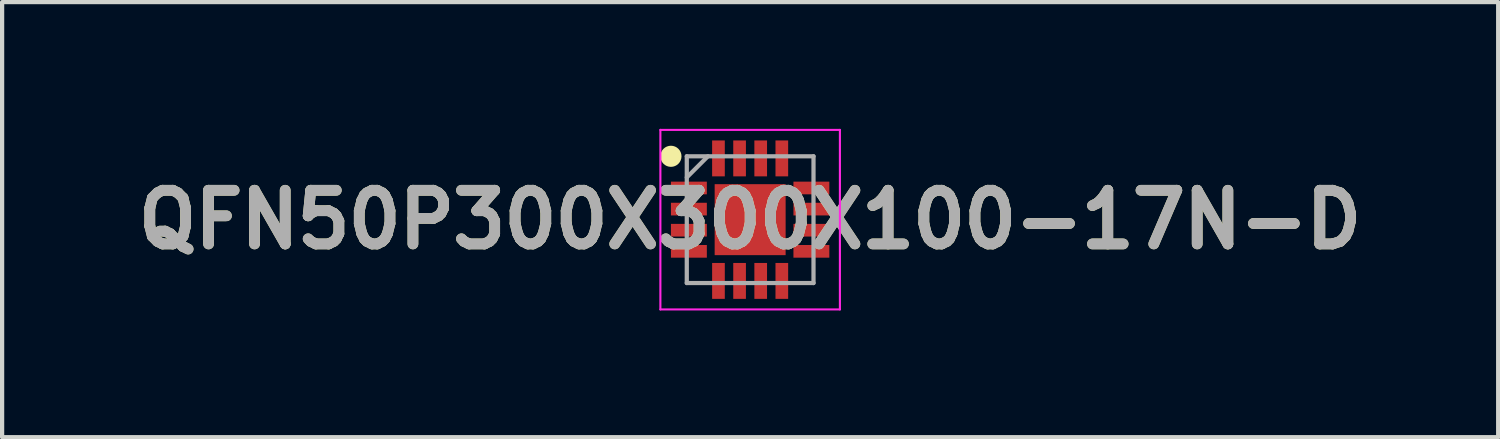
<source format=kicad_pcb>
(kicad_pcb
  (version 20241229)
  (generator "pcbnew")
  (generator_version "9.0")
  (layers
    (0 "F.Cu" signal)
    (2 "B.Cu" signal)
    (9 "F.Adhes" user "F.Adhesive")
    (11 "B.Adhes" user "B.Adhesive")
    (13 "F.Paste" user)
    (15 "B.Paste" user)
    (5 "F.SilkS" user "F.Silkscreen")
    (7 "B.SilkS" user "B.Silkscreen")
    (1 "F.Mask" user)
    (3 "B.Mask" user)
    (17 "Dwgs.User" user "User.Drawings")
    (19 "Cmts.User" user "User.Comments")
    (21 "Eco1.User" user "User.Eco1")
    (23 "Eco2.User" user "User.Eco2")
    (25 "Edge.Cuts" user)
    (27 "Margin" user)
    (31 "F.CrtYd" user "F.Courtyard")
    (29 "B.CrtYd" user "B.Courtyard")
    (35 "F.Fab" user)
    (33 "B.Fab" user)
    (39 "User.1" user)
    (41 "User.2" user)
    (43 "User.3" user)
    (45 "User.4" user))
  (footprint "QFN50P300X300X100-17N-D"
    (layer "F.Cu")
    (at 14.708 2.15)
    (property "Reference" "QFN50P300X300X100-17N-D" (at 0 0 0) (layer "F.SilkS") (effects (font (size 1.27 1.27) (thickness 0.254))))
    (attr smd)
    (fp_circle (center -1.875 -1.5) (end -1.875 -1.375) (stroke (width 0.25) (type solid)) (fill no) (layer "F.SilkS"))
    (fp_line (start -2.125 -2.125) (end 2.125 -2.125) (stroke (width 0.05) (type solid)) (layer "F.CrtYd"))
    (fp_line (start -2.125 2.125) (end -2.125 -2.125) (stroke (width 0.05) (type solid)) (layer "F.CrtYd"))
    (fp_line (start 2.125 -2.125) (end 2.125 2.125) (stroke (width 0.05) (type solid)) (layer "F.CrtYd"))
    (fp_line (start 2.125 2.125) (end -2.125 2.125) (stroke (width 0.05) (type solid)) (layer "F.CrtYd"))
    (fp_line (start -1.5 -1.5) (end 1.5 -1.5) (stroke (width 0.1) (type solid)) (layer "F.Fab"))
    (fp_line (start -1.5 -1) (end -1 -1.5) (stroke (width 0.1) (type solid)) (layer "F.Fab"))
    (fp_line (start -1.5 1.5) (end -1.5 -1.5) (stroke (width 0.1) (type solid)) (layer "F.Fab"))
    (fp_line (start 1.5 -1.5) (end 1.5 1.5) (stroke (width 0.1) (type solid)) (layer "F.Fab"))
    (fp_line (start 1.5 1.5) (end -1.5 1.5) (stroke (width 0.1) (type solid)) (layer "F.Fab"))
    (fp_text user "${REFERENCE}" (at 0 0 0) (layer "F.Fab") (effects (font (size 1.27 1.27) (thickness 0.254))))
    (pad "1" smd rect (at -1.45 -0.75 90) (size 0.3 0.85) (layers "F.Cu" "F.Mask" "F.Paste"))
    (pad "2" smd rect (at -1.45 -0.25 90) (size 0.3 0.85) (layers "F.Cu" "F.Mask" "F.Paste"))
    (pad "3" smd rect (at -1.45 0.25 90) (size 0.3 0.85) (layers "F.Cu" "F.Mask" "F.Paste"))
    (pad "4" smd rect (at -1.45 0.75 90) (size 0.3 0.85) (layers "F.Cu" "F.Mask" "F.Paste"))
    (pad "5" smd rect (at -0.75 1.45) (size 0.3 0.85) (layers "F.Cu" "F.Mask" "F.Paste"))
    (pad "6" smd rect (at -0.25 1.45) (size 0.3 0.85) (layers "F.Cu" "F.Mask" "F.Paste"))
    (pad "7" smd rect (at 0.25 1.45) (size 0.3 0.85) (layers "F.Cu" "F.Mask" "F.Paste"))
    (pad "8" smd rect (at 0.75 1.45) (size 0.3 0.85) (layers "F.Cu" "F.Mask" "F.Paste"))
    (pad "9" smd rect (at 1.45 0.75 90) (size 0.3 0.85) (layers "F.Cu" "F.Mask" "F.Paste"))
    (pad "10" smd rect (at 1.45 0.25 90) (size 0.3 0.85) (layers "F.Cu" "F.Mask" "F.Paste"))
    (pad "11" smd rect (at 1.45 -0.25 90) (size 0.3 0.85) (layers "F.Cu" "F.Mask" "F.Paste"))
    (pad "12" smd rect (at 1.45 -0.75 90) (size 0.3 0.85) (layers "F.Cu" "F.Mask" "F.Paste"))
    (pad "13" smd rect (at 0.75 -1.45) (size 0.3 0.85) (layers "F.Cu" "F.Mask" "F.Paste"))
    (pad "14" smd rect (at 0.25 -1.45) (size 0.3 0.85) (layers "F.Cu" "F.Mask" "F.Paste"))
    (pad "15" smd rect (at -0.25 -1.45) (size 0.3 0.85) (layers "F.Cu" "F.Mask" "F.Paste"))
    (pad "16" smd rect (at -0.75 -1.45) (size 0.3 0.85) (layers "F.Cu" "F.Mask" "F.Paste"))
    (pad "17" smd rect (at 0 0) (size 1.68 1.68) (layers "F.Cu" "F.Mask" "F.Paste")))
  (gr_rect
    (start -3 -3)
    (end 32.416 7.3)
    (stroke (width 0.1) (type default))
    (fill no)
    (layer "Edge.Cuts")))
</source>
